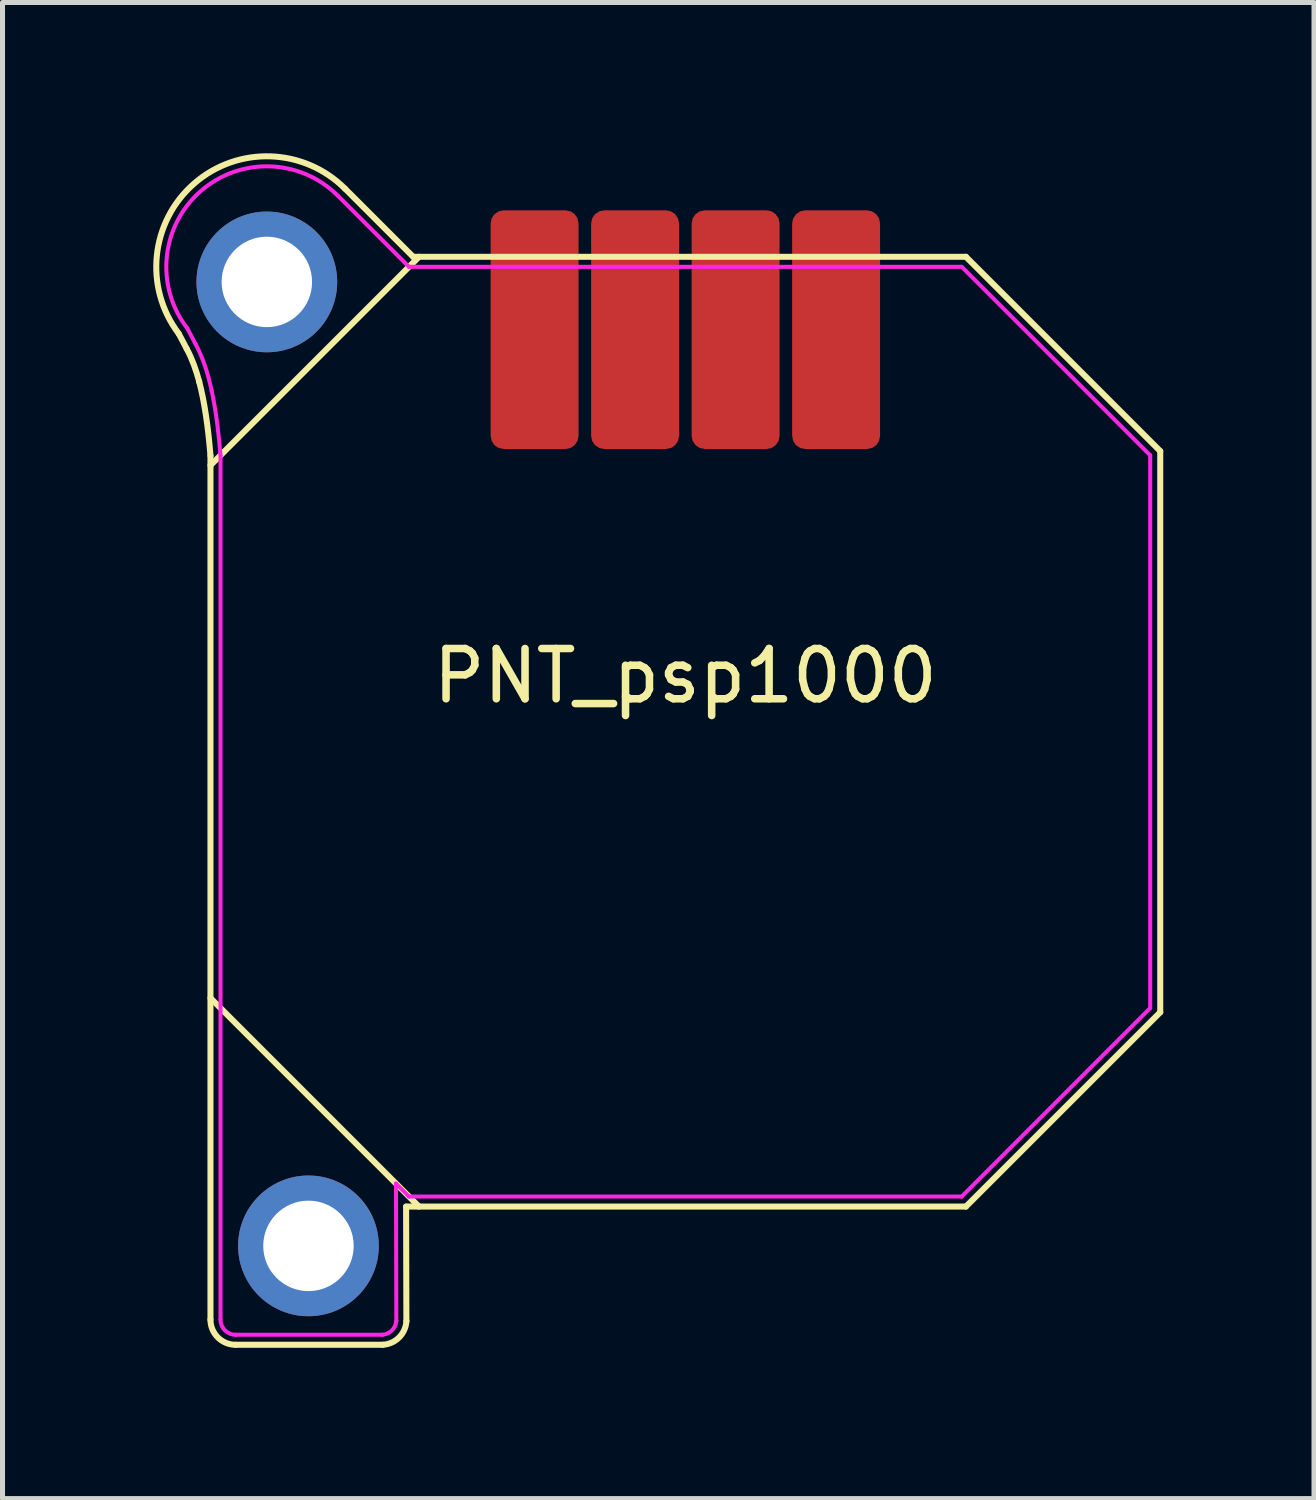
<source format=kicad_pcb>
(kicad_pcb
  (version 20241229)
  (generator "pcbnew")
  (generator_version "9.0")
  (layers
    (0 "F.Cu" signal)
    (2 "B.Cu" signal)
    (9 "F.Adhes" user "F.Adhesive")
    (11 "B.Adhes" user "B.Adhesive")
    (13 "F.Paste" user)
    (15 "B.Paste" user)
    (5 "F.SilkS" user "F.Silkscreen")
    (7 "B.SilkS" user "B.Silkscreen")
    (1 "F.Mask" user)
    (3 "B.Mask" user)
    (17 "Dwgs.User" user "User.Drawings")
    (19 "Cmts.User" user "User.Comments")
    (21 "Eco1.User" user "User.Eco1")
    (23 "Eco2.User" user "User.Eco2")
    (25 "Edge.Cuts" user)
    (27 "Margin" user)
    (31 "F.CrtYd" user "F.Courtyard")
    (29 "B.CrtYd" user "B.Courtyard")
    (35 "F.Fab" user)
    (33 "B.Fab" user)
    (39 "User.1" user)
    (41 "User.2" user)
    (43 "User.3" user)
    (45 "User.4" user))
  (footprint "PNT_psp1000"
    (layer "F.Cu")
    (at 10.588 11.51)
    (property "Reference" "PNT_psp1000" (at 0 -1.11 0) (layer "F.SilkS") (effects (font (size 1 1) (thickness 0.15))))
    (attr exclude_from_pos_files exclude_from_bom)
    (fp_line (start -9.45 11.7) (end -9.45 -5.492) (stroke (width 0.12) (type solid)) (layer "F.SilkS"))
    (fp_line (start -6.022 12.2) (end -8.95 12.2) (stroke (width 0.12) (type solid)) (layer "F.SilkS"))
    (fp_line (start -5.557 9.45) (end -5.551 11.728) (stroke (width 0.12) (type solid)) (layer "F.SilkS"))
    (fp_line (start -5.417 -9.45) (end -6.773 -10.806) (stroke (width 0.12) (type solid)) (layer "F.SilkS"))
    (fp_line (start -5.417 -9.45) (end 5.583 -9.45) (stroke (width 0.12) (type solid)) (layer "F.SilkS"))
    (fp_line (start -5.3 9.45) (end -9.45 5.3) (stroke (width 0.12) (type solid)) (layer "F.SilkS"))
    (fp_line (start -5.3 -9.45) (end -9.45 -5.3) (stroke (width 0.12) (type solid)) (layer "F.SilkS"))
    (fp_line (start 5.583 9.45) (end -5.557 9.45) (stroke (width 0.12) (type solid)) (layer "F.SilkS"))
    (fp_line (start 5.583 9.45) (end 9.45 5.583) (stroke (width 0.12) (type solid)) (layer "F.SilkS"))
    (fp_line (start 9.45 -5.583) (end 5.583 -9.45) (stroke (width 0.12) (type solid)) (layer "F.SilkS"))
    (fp_line (start 9.45 5.583) (end 9.45 -5.583) (stroke (width 0.12) (type solid)) (layer "F.SilkS"))
    (fp_arc (start -10.082035 -7.921519) (mid -9.773879 -10.908515) (end -6.772793 -10.805634) (stroke (width 0.12) (type solid)) (layer "F.SilkS"))
    (fp_arc (start -9.922844 -7.620255) (mid -10.00305 -7.770564) (end -10.082033 -7.921518) (stroke (width 0.12) (type solid)) (layer "F.SilkS"))
    (fp_arc (start -8.95 12.199998) (mid -9.303553 12.053552) (end -9.45 11.7) (stroke (width 0.12) (type solid)) (layer "F.SilkS"))
    (fp_arc (start -5.550719 11.727594) (mid -5.695981 12.053878) (end -6.021881 12.199999) (stroke (width 0.12) (type solid)) (layer "F.SilkS"))
    (fp_curve (pts (xy -9.923 -7.62) (xy -9.81 -7.411) (xy -9.733 -7.185) (xy -9.677 -6.976)) (stroke (width 0.12) (type solid)) (layer "F.SilkS"))
    (fp_curve (pts (xy -9.677 -6.976) (xy -9.676 -6.972) (xy -9.675 -6.968) (xy -9.674 -6.964)) (stroke (width 0.12) (type solid)) (layer "F.SilkS"))
    (fp_curve (pts (xy -9.674 -6.964) (xy -9.567 -6.559) (xy -9.494 -6.046) (xy -9.45 -5.492)) (stroke (width 0.12) (type solid)) (layer "F.SilkS"))
    (fp_line (start -9.452 11.702) (end -9.452 -5.49) (stroke (width 0.08) (type solid)) (layer "Eco2.User"))
    (fp_line (start -6.024 12.202) (end -8.952 12.202) (stroke (width 0.08) (type solid)) (layer "Eco2.User"))
    (fp_line (start -5.559 9.452) (end -5.553 11.73) (stroke (width 0.08) (type solid)) (layer "Eco2.User"))
    (fp_line (start -5.419 -9.448) (end -6.775 -10.804) (stroke (width 0.08) (type solid)) (layer "Eco2.User"))
    (fp_line (start -5.419 -9.448) (end 5.581 -9.448) (stroke (width 0.08) (type solid)) (layer "Eco2.User"))
    (fp_line (start 5.581 9.452) (end -5.559 9.452) (stroke (width 0.08) (type solid)) (layer "Eco2.User"))
    (fp_line (start 5.581 9.452) (end 9.448 5.585) (stroke (width 0.08) (type solid)) (layer "Eco2.User"))
    (fp_line (start 9.448 -5.581) (end 5.581 -9.448) (stroke (width 0.08) (type solid)) (layer "Eco2.User"))
    (fp_line (start 9.448 5.585) (end 9.448 -5.581) (stroke (width 0.08) (type solid)) (layer "Eco2.User"))
    (fp_arc (start -10.084154 -7.9194) (mid -9.775998 -10.906396) (end -6.774912 -10.803515) (stroke (width 0.08) (type solid)) (layer "Eco2.User"))
    (fp_arc (start -9.924963 -7.618136) (mid -10.005169 -7.768445) (end -10.084152 -7.919399) (stroke (width 0.08) (type solid)) (layer "Eco2.User"))
    (fp_arc (start -8.952119 12.202117) (mid -9.305672 12.055671) (end -9.452119 11.702119) (stroke (width 0.08) (type solid)) (layer "Eco2.User"))
    (fp_arc (start -5.552838 11.729713) (mid -5.6981 12.055997) (end -6.024 12.202118) (stroke (width 0.08) (type solid)) (layer "Eco2.User"))
    (fp_curve (pts (xy -9.925 -7.618) (xy -9.812 -7.409) (xy -9.735 -7.183) (xy -9.679 -6.974)) (stroke (width 0.08) (type solid)) (layer "Eco2.User"))
    (fp_curve (pts (xy -9.679 -6.974) (xy -9.678 -6.97) (xy -9.677 -6.966) (xy -9.676 -6.962)) (stroke (width 0.08) (type solid)) (layer "Eco2.User"))
    (fp_curve (pts (xy -9.676 -6.962) (xy -9.569 -6.557) (xy -9.496 -6.044) (xy -9.452 -5.49)) (stroke (width 0.08) (type solid)) (layer "Eco2.User"))
    (fp_line (start -9.25 -5.5) (end -9.25 11.7) (stroke (width 0.08) (type solid)) (layer "F.CrtYd"))
    (fp_line (start -8.95 12) (end -6.028 12) (stroke (width 0.08) (type solid)) (layer "F.CrtYd"))
    (fp_line (start -5.758 8.992) (end -5.5 9.25) (stroke (width 0.08) (type solid)) (layer "F.CrtYd"))
    (fp_line (start -5.751 11.722) (end -5.758 8.992) (stroke (width 0.08) (type solid)) (layer "F.CrtYd"))
    (fp_line (start -5.5 -9.25) (end -6.914 -10.664) (stroke (width 0.08) (type solid)) (layer "F.CrtYd"))
    (fp_line (start -5.5 9.25) (end 5.5 9.25) (stroke (width 0.08) (type solid)) (layer "F.CrtYd"))
    (fp_line (start 5.5 -9.25) (end -5.5 -9.25) (stroke (width 0.08) (type solid)) (layer "F.CrtYd"))
    (fp_line (start 5.5 9.25) (end 9.25 5.5) (stroke (width 0.08) (type solid)) (layer "F.CrtYd"))
    (fp_line (start 9.25 -5.5) (end 5.5 -9.25) (stroke (width 0.08) (type solid)) (layer "F.CrtYd"))
    (fp_line (start 9.25 5.5) (end 9.25 -5.5) (stroke (width 0.08) (type solid)) (layer "F.CrtYd"))
    (fp_arc (start -9.912469 -8.029012) (mid -9.648762 -10.752237) (end -6.914214 -10.664213) (stroke (width 0.08) (type solid)) (layer "F.CrtYd"))
    (fp_arc (start -9.746777 -7.715125) (mid -9.830292 -7.871714) (end -9.912468 -8.02901) (stroke (width 0.08) (type solid)) (layer "F.CrtYd"))
    (fp_arc (start -8.950001 11.999999) (mid -9.162132 11.912131) (end -9.25 11.7) (stroke (width 0.08) (type solid)) (layer "F.CrtYd"))
    (fp_arc (start -5.750734 11.721778) (mid -5.837588 11.912644) (end -6.028225 12) (stroke (width 0.08) (type solid)) (layer "F.CrtYd"))
    (fp_curve (pts (xy -9.747 -7.715) (xy -9.606 -7.454) (xy -9.504 -7.147) (xy -9.425 -6.783)) (stroke (width 0.08) (type solid)) (layer "F.CrtYd"))
    (fp_curve (pts (xy -9.425 -6.783) (xy -9.337 -6.374) (xy -9.283 -5.913) (xy -9.25 -5.5)) (stroke (width 0.08) (type solid)) (layer "F.CrtYd"))
    (pad "1" smd roundrect (at 3 -8) (size 1.75 4.75) (layers "F.Cu" "F.Mask" "F.Paste") (roundrect_rratio 0.15))
    (pad "2" smd roundrect (at 1 -8) (size 1.75 4.75) (layers "F.Cu" "F.Mask" "F.Paste") (roundrect_rratio 0.15))
    (pad "3" smd roundrect (at -1 -8) (size 1.75 4.75) (layers "F.Cu" "F.Mask" "F.Paste") (roundrect_rratio 0.15))
    (pad "4" smd roundrect (at -3 -8) (size 1.75 4.75) (layers "F.Cu" "F.Mask" "F.Paste") (roundrect_rratio 0.15))
    (pad "MP" thru_hole circle (at -8.328 -8.95) (size 2.8 2.8) (drill 1.8) (layers "*.Cu" "*.Mask"))
    (pad "MP" thru_hole circle (at -7.5 10.232) (size 2.8 2.8) (drill 1.8) (layers "*.Cu" "*.Mask")))
  (gr_rect
    (start -3 -3)
    (end 23.098 26.77)
    (stroke (width 0.1) (type default))
    (fill no)
    (layer "Edge.Cuts")))
</source>
